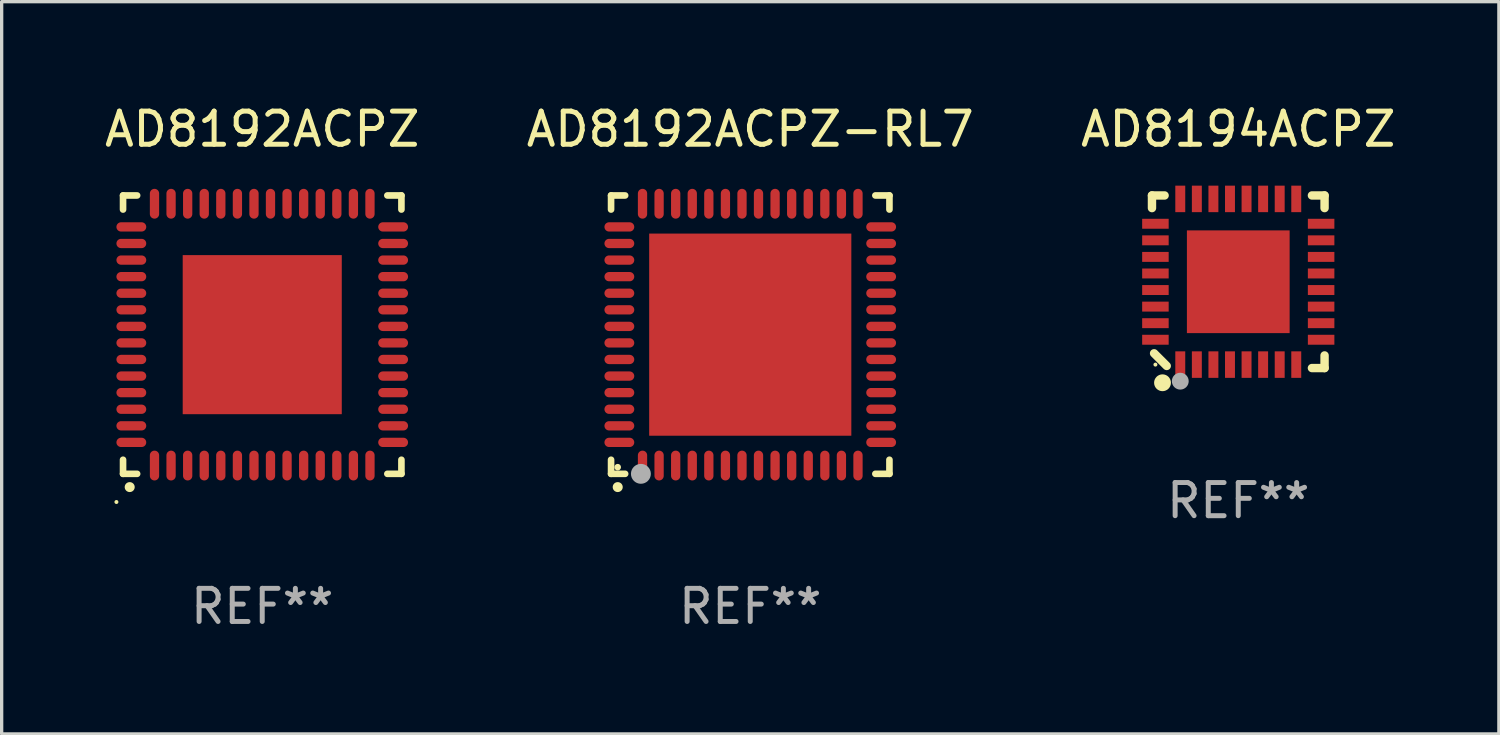
<source format=kicad_pcb>
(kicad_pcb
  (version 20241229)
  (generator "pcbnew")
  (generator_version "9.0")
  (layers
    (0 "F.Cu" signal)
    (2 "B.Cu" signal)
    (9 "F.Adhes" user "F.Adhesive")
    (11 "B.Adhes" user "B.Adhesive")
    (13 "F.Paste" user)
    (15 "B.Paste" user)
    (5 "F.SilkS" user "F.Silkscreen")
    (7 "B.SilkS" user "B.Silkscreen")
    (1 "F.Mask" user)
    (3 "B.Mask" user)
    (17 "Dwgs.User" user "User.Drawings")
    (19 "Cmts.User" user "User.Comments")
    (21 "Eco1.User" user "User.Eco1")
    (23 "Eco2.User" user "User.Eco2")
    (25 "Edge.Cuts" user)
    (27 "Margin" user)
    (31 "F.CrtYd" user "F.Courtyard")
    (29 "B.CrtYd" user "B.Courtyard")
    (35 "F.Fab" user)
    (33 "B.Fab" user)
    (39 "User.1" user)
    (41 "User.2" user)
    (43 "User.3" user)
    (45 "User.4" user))
  (footprint "AD8192ACPZ-RL7"
    (layer "F.Cu")
    (at 19.589 7.048)
    (property "Reference" "AD8192ACPZ-RL7" (at 0 -6.2 0) (layer "F.SilkS") (effects (font (size 1 1) (thickness 0.15))))
    (attr through_hole)
    (fp_line (start -4.2 -4.2) (end -4.2 -3.775) (stroke (width 0.2) (type solid)) (layer "F.SilkS"))
    (fp_line (start -4.2 4.2) (end -4.2 3.775) (stroke (width 0.2) (type solid)) (layer "F.SilkS"))
    (fp_line (start -3.775 -4.2) (end -4.2 -4.2) (stroke (width 0.2) (type solid)) (layer "F.SilkS"))
    (fp_line (start -3.775 4.2) (end -4.2 4.2) (stroke (width 0.2) (type solid)) (layer "F.SilkS"))
    (fp_line (start 3.775 4.2) (end 4.2 4.2) (stroke (width 0.2) (type solid)) (layer "F.SilkS"))
    (fp_line (start 4.2 -4.2) (end 3.775 -4.2) (stroke (width 0.2) (type solid)) (layer "F.SilkS"))
    (fp_line (start 4.2 -3.775) (end 4.2 -4.2) (stroke (width 0.2) (type solid)) (layer "F.SilkS"))
    (fp_line (start 4.2 4.2) (end 4.2 3.775) (stroke (width 0.2) (type solid)) (layer "F.SilkS"))
    (fp_arc (start -4.000508 4.599949) (mid -3.999238 4.599944) (end -3.997968 4.599949) (stroke (width 0.3) (type solid)) (layer "F.SilkS"))
    (fp_circle (center -4 4) (end -3.95 4) (stroke (width 0.1) (type solid)) (fill no) (layer "F.SilkS"))
    (fp_circle (center -3.3 4.2) (end -3.15 4.2) (stroke (width 0.3) (type solid)) (fill no) (layer "F.Fab"))
    (fp_text user "REF**" (at 0 8.2 0) (layer "F.Fab") (effects (font (size 1 1) (thickness 0.15))))
    (pad "1" smd oval (at -3.251 3.95 180) (size 0.28 0.9) (layers "F.Cu" "F.Mask" "F.Paste"))
    (pad "2" smd oval (at -2.751 3.95 180) (size 0.28 0.9) (layers "F.Cu" "F.Mask" "F.Paste"))
    (pad "3" smd oval (at -2.25 3.95 180) (size 0.28 0.9) (layers "F.Cu" "F.Mask" "F.Paste"))
    (pad "4" smd oval (at -1.75 3.95 180) (size 0.28 0.9) (layers "F.Cu" "F.Mask" "F.Paste"))
    (pad "5" smd oval (at -1.25 3.95 180) (size 0.28 0.9) (layers "F.Cu" "F.Mask" "F.Paste"))
    (pad "6" smd oval (at -0.749 3.95 180) (size 0.28 0.9) (layers "F.Cu" "F.Mask" "F.Paste"))
    (pad "7" smd oval (at -0.249 3.95 180) (size 0.28 0.9) (layers "F.Cu" "F.Mask" "F.Paste"))
    (pad "8" smd oval (at 0.249 3.95 180) (size 0.28 0.9) (layers "F.Cu" "F.Mask" "F.Paste"))
    (pad "9" smd oval (at 0.749 3.95 180) (size 0.28 0.9) (layers "F.Cu" "F.Mask" "F.Paste"))
    (pad "10" smd oval (at 1.25 3.95 180) (size 0.28 0.9) (layers "F.Cu" "F.Mask" "F.Paste"))
    (pad "11" smd oval (at 1.75 3.95 180) (size 0.28 0.9) (layers "F.Cu" "F.Mask" "F.Paste"))
    (pad "12" smd oval (at 2.251 3.95 180) (size 0.28 0.9) (layers "F.Cu" "F.Mask" "F.Paste"))
    (pad "13" smd oval (at 2.751 3.95 180) (size 0.28 0.9) (layers "F.Cu" "F.Mask" "F.Paste"))
    (pad "14" smd oval (at 3.251 3.95 180) (size 0.28 0.9) (layers "F.Cu" "F.Mask" "F.Paste"))
    (pad "15" smd oval (at 3.95 3.251 90) (size 0.28 0.9) (layers "F.Cu" "F.Mask" "F.Paste"))
    (pad "16" smd oval (at 3.95 2.751 90) (size 0.28 0.9) (layers "F.Cu" "F.Mask" "F.Paste"))
    (pad "17" smd oval (at 3.95 2.251 90) (size 0.28 0.9) (layers "F.Cu" "F.Mask" "F.Paste"))
    (pad "18" smd oval (at 3.95 1.75 90) (size 0.28 0.9) (layers "F.Cu" "F.Mask" "F.Paste"))
    (pad "19" smd oval (at 3.95 1.25 90) (size 0.28 0.9) (layers "F.Cu" "F.Mask" "F.Paste"))
    (pad "20" smd oval (at 3.95 0.749 90) (size 0.28 0.9) (layers "F.Cu" "F.Mask" "F.Paste"))
    (pad "21" smd oval (at 3.95 0.249 90) (size 0.28 0.9) (layers "F.Cu" "F.Mask" "F.Paste"))
    (pad "22" smd oval (at 3.95 -0.249 90) (size 0.28 0.9) (layers "F.Cu" "F.Mask" "F.Paste"))
    (pad "23" smd oval (at 3.95 -0.749 90) (size 0.28 0.9) (layers "F.Cu" "F.Mask" "F.Paste"))
    (pad "24" smd oval (at 3.95 -1.25 90) (size 0.28 0.9) (layers "F.Cu" "F.Mask" "F.Paste"))
    (pad "25" smd oval (at 3.95 -1.75 90) (size 0.28 0.9) (layers "F.Cu" "F.Mask" "F.Paste"))
    (pad "26" smd oval (at 3.95 -2.25 90) (size 0.28 0.9) (layers "F.Cu" "F.Mask" "F.Paste"))
    (pad "27" smd oval (at 3.95 -2.751 90) (size 0.28 0.9) (layers "F.Cu" "F.Mask" "F.Paste"))
    (pad "28" smd oval (at 3.95 -3.251 90) (size 0.28 0.9) (layers "F.Cu" "F.Mask" "F.Paste"))
    (pad "29" smd oval (at 3.251 -3.95 180) (size 0.28 0.9) (layers "F.Cu" "F.Mask" "F.Paste"))
    (pad "30" smd oval (at 2.751 -3.95 180) (size 0.28 0.9) (layers "F.Cu" "F.Mask" "F.Paste"))
    (pad "31" smd oval (at 2.251 -3.95 180) (size 0.28 0.9) (layers "F.Cu" "F.Mask" "F.Paste"))
    (pad "32" smd oval (at 1.75 -3.95 180) (size 0.28 0.9) (layers "F.Cu" "F.Mask" "F.Paste"))
    (pad "33" smd oval (at 1.25 -3.95 180) (size 0.28 0.9) (layers "F.Cu" "F.Mask" "F.Paste"))
    (pad "34" smd oval (at 0.749 -3.95 180) (size 0.28 0.9) (layers "F.Cu" "F.Mask" "F.Paste"))
    (pad "35" smd oval (at 0.249 -3.95 180) (size 0.28 0.9) (layers "F.Cu" "F.Mask" "F.Paste"))
    (pad "36" smd oval (at -0.249 -3.95 180) (size 0.28 0.9) (layers "F.Cu" "F.Mask" "F.Paste"))
    (pad "37" smd oval (at -0.749 -3.95 180) (size 0.28 0.9) (layers "F.Cu" "F.Mask" "F.Paste"))
    (pad "38" smd oval (at -1.25 -3.95 180) (size 0.28 0.9) (layers "F.Cu" "F.Mask" "F.Paste"))
    (pad "39" smd oval (at -1.75 -3.95 180) (size 0.28 0.9) (layers "F.Cu" "F.Mask" "F.Paste"))
    (pad "40" smd oval (at -2.25 -3.95 180) (size 0.28 0.9) (layers "F.Cu" "F.Mask" "F.Paste"))
    (pad "41" smd oval (at -2.751 -3.95 180) (size 0.28 0.9) (layers "F.Cu" "F.Mask" "F.Paste"))
    (pad "42" smd oval (at -3.251 -3.95 180) (size 0.28 0.9) (layers "F.Cu" "F.Mask" "F.Paste"))
    (pad "43" smd oval (at -3.95 -3.251 90) (size 0.28 0.9) (layers "F.Cu" "F.Mask" "F.Paste"))
    (pad "44" smd oval (at -3.95 -2.751 90) (size 0.28 0.9) (layers "F.Cu" "F.Mask" "F.Paste"))
    (pad "45" smd oval (at -3.95 -2.25 90) (size 0.28 0.9) (layers "F.Cu" "F.Mask" "F.Paste"))
    (pad "46" smd oval (at -3.95 -1.75 90) (size 0.28 0.9) (layers "F.Cu" "F.Mask" "F.Paste"))
    (pad "47" smd oval (at -3.95 -1.25 90) (size 0.28 0.9) (layers "F.Cu" "F.Mask" "F.Paste"))
    (pad "48" smd oval (at -3.95 -0.749 90) (size 0.28 0.9) (layers "F.Cu" "F.Mask" "F.Paste"))
    (pad "49" smd oval (at -3.95 -0.249 90) (size 0.28 0.9) (layers "F.Cu" "F.Mask" "F.Paste"))
    (pad "50" smd oval (at -3.95 0.249 90) (size 0.28 0.9) (layers "F.Cu" "F.Mask" "F.Paste"))
    (pad "51" smd oval (at -3.95 0.749 90) (size 0.28 0.9) (layers "F.Cu" "F.Mask" "F.Paste"))
    (pad "52" smd oval (at -3.95 1.25 90) (size 0.28 0.9) (layers "F.Cu" "F.Mask" "F.Paste"))
    (pad "53" smd oval (at -3.95 1.75 90) (size 0.28 0.9) (layers "F.Cu" "F.Mask" "F.Paste"))
    (pad "54" smd oval (at -3.95 2.251 90) (size 0.28 0.9) (layers "F.Cu" "F.Mask" "F.Paste"))
    (pad "55" smd oval (at -3.95 2.751 90) (size 0.28 0.9) (layers "F.Cu" "F.Mask" "F.Paste"))
    (pad "56" smd oval (at -3.95 3.251 90) (size 0.28 0.9) (layers "F.Cu" "F.Mask" "F.Paste"))
    (pad "57" smd rect (at 0.000076 0.000076 90) (size 6.1 6.1) (layers "F.Cu" "F.Mask" "F.Paste")))
  (footprint "AD8192ACPZ"
    (layer "F.Cu")
    (at 4.863 7.048)
    (property "Reference" "AD8192ACPZ" (at 0 -6.2 0) (layer "F.SilkS") (effects (font (size 1 1) (thickness 0.15))))
    (attr through_hole)
    (fp_line (start -4.2 -4.2) (end -4.2 -3.775) (stroke (width 0.2) (type solid)) (layer "F.SilkS"))
    (fp_line (start -4.2 4.2) (end -4.2 3.775) (stroke (width 0.2) (type solid)) (layer "F.SilkS"))
    (fp_line (start -3.775 -4.2) (end -4.2 -4.2) (stroke (width 0.2) (type solid)) (layer "F.SilkS"))
    (fp_line (start -3.775 4.2) (end -4.2 4.2) (stroke (width 0.2) (type solid)) (layer "F.SilkS"))
    (fp_line (start 3.775 4.2) (end 4.2 4.2) (stroke (width 0.2) (type solid)) (layer "F.SilkS"))
    (fp_line (start 4.2 -4.2) (end 3.775 -4.2) (stroke (width 0.2) (type solid)) (layer "F.SilkS"))
    (fp_line (start 4.2 -3.775) (end 4.2 -4.2) (stroke (width 0.2) (type solid)) (layer "F.SilkS"))
    (fp_line (start 4.2 4.2) (end 4.2 3.775) (stroke (width 0.2) (type solid)) (layer "F.SilkS"))
    (fp_arc (start -4.000508 4.599949) (mid -3.999238 4.599944) (end -3.997968 4.599949) (stroke (width 0.3) (type solid)) (layer "F.SilkS"))
    (fp_circle (center -4.4 5.05) (end -4.37 5.05) (stroke (width 0.06) (type solid)) (fill no) (layer "F.SilkS"))
    (fp_text user "REF**" (at 0 8.2 0) (layer "F.Fab") (effects (font (size 1 1) (thickness 0.15))))
    (pad "1" smd oval (at -3.251 3.95 180) (size 0.28 0.9) (layers "F.Cu" "F.Mask" "F.Paste"))
    (pad "2" smd oval (at -2.751 3.95 180) (size 0.28 0.9) (layers "F.Cu" "F.Mask" "F.Paste"))
    (pad "3" smd oval (at -2.25 3.95 180) (size 0.28 0.9) (layers "F.Cu" "F.Mask" "F.Paste"))
    (pad "4" smd oval (at -1.75 3.95 180) (size 0.28 0.9) (layers "F.Cu" "F.Mask" "F.Paste"))
    (pad "5" smd oval (at -1.25 3.95 180) (size 0.28 0.9) (layers "F.Cu" "F.Mask" "F.Paste"))
    (pad "6" smd oval (at -0.749 3.95 180) (size 0.28 0.9) (layers "F.Cu" "F.Mask" "F.Paste"))
    (pad "7" smd oval (at -0.249 3.95 180) (size 0.28 0.9) (layers "F.Cu" "F.Mask" "F.Paste"))
    (pad "8" smd oval (at 0.249 3.95 180) (size 0.28 0.9) (layers "F.Cu" "F.Mask" "F.Paste"))
    (pad "9" smd oval (at 0.749 3.95 180) (size 0.28 0.9) (layers "F.Cu" "F.Mask" "F.Paste"))
    (pad "10" smd oval (at 1.25 3.95 180) (size 0.28 0.9) (layers "F.Cu" "F.Mask" "F.Paste"))
    (pad "11" smd oval (at 1.75 3.95 180) (size 0.28 0.9) (layers "F.Cu" "F.Mask" "F.Paste"))
    (pad "12" smd oval (at 2.251 3.95 180) (size 0.28 0.9) (layers "F.Cu" "F.Mask" "F.Paste"))
    (pad "13" smd oval (at 2.751 3.95 180) (size 0.28 0.9) (layers "F.Cu" "F.Mask" "F.Paste"))
    (pad "14" smd oval (at 3.251 3.95 180) (size 0.28 0.9) (layers "F.Cu" "F.Mask" "F.Paste"))
    (pad "15" smd oval (at 3.95 3.251 90) (size 0.28 0.9) (layers "F.Cu" "F.Mask" "F.Paste"))
    (pad "16" smd oval (at 3.95 2.751 90) (size 0.28 0.9) (layers "F.Cu" "F.Mask" "F.Paste"))
    (pad "17" smd oval (at 3.95 2.251 90) (size 0.28 0.9) (layers "F.Cu" "F.Mask" "F.Paste"))
    (pad "18" smd oval (at 3.95 1.75 90) (size 0.28 0.9) (layers "F.Cu" "F.Mask" "F.Paste"))
    (pad "19" smd oval (at 3.95 1.25 90) (size 0.28 0.9) (layers "F.Cu" "F.Mask" "F.Paste"))
    (pad "20" smd oval (at 3.95 0.749 90) (size 0.28 0.9) (layers "F.Cu" "F.Mask" "F.Paste"))
    (pad "21" smd oval (at 3.95 0.249 90) (size 0.28 0.9) (layers "F.Cu" "F.Mask" "F.Paste"))
    (pad "22" smd oval (at 3.95 -0.249 90) (size 0.28 0.9) (layers "F.Cu" "F.Mask" "F.Paste"))
    (pad "23" smd oval (at 3.95 -0.749 90) (size 0.28 0.9) (layers "F.Cu" "F.Mask" "F.Paste"))
    (pad "24" smd oval (at 3.95 -1.25 90) (size 0.28 0.9) (layers "F.Cu" "F.Mask" "F.Paste"))
    (pad "25" smd oval (at 3.95 -1.75 90) (size 0.28 0.9) (layers "F.Cu" "F.Mask" "F.Paste"))
    (pad "26" smd oval (at 3.95 -2.25 90) (size 0.28 0.9) (layers "F.Cu" "F.Mask" "F.Paste"))
    (pad "27" smd oval (at 3.95 -2.751 90) (size 0.28 0.9) (layers "F.Cu" "F.Mask" "F.Paste"))
    (pad "28" smd oval (at 3.95 -3.251 90) (size 0.28 0.9) (layers "F.Cu" "F.Mask" "F.Paste"))
    (pad "29" smd oval (at 3.251 -3.95 180) (size 0.28 0.9) (layers "F.Cu" "F.Mask" "F.Paste"))
    (pad "30" smd oval (at 2.751 -3.95 180) (size 0.28 0.9) (layers "F.Cu" "F.Mask" "F.Paste"))
    (pad "31" smd oval (at 2.251 -3.95 180) (size 0.28 0.9) (layers "F.Cu" "F.Mask" "F.Paste"))
    (pad "32" smd oval (at 1.75 -3.95 180) (size 0.28 0.9) (layers "F.Cu" "F.Mask" "F.Paste"))
    (pad "33" smd oval (at 1.25 -3.95 180) (size 0.28 0.9) (layers "F.Cu" "F.Mask" "F.Paste"))
    (pad "34" smd oval (at 0.749 -3.95 180) (size 0.28 0.9) (layers "F.Cu" "F.Mask" "F.Paste"))
    (pad "35" smd oval (at 0.249 -3.95 180) (size 0.28 0.9) (layers "F.Cu" "F.Mask" "F.Paste"))
    (pad "36" smd oval (at -0.249 -3.95 180) (size 0.28 0.9) (layers "F.Cu" "F.Mask" "F.Paste"))
    (pad "37" smd oval (at -0.749 -3.95 180) (size 0.28 0.9) (layers "F.Cu" "F.Mask" "F.Paste"))
    (pad "38" smd oval (at -1.25 -3.95 180) (size 0.28 0.9) (layers "F.Cu" "F.Mask" "F.Paste"))
    (pad "39" smd oval (at -1.75 -3.95 180) (size 0.28 0.9) (layers "F.Cu" "F.Mask" "F.Paste"))
    (pad "40" smd oval (at -2.25 -3.95 180) (size 0.28 0.9) (layers "F.Cu" "F.Mask" "F.Paste"))
    (pad "41" smd oval (at -2.751 -3.95 180) (size 0.28 0.9) (layers "F.Cu" "F.Mask" "F.Paste"))
    (pad "42" smd oval (at -3.251 -3.95 180) (size 0.28 0.9) (layers "F.Cu" "F.Mask" "F.Paste"))
    (pad "43" smd oval (at -3.95 -3.251 90) (size 0.28 0.9) (layers "F.Cu" "F.Mask" "F.Paste"))
    (pad "44" smd oval (at -3.95 -2.751 90) (size 0.28 0.9) (layers "F.Cu" "F.Mask" "F.Paste"))
    (pad "45" smd oval (at -3.95 -2.25 90) (size 0.28 0.9) (layers "F.Cu" "F.Mask" "F.Paste"))
    (pad "46" smd oval (at -3.95 -1.75 90) (size 0.28 0.9) (layers "F.Cu" "F.Mask" "F.Paste"))
    (pad "47" smd oval (at -3.95 -1.25 90) (size 0.28 0.9) (layers "F.Cu" "F.Mask" "F.Paste"))
    (pad "48" smd oval (at -3.95 -0.749 90) (size 0.28 0.9) (layers "F.Cu" "F.Mask" "F.Paste"))
    (pad "49" smd oval (at -3.95 -0.249 90) (size 0.28 0.9) (layers "F.Cu" "F.Mask" "F.Paste"))
    (pad "50" smd oval (at -3.95 0.249 90) (size 0.28 0.9) (layers "F.Cu" "F.Mask" "F.Paste"))
    (pad "51" smd oval (at -3.95 0.749 90) (size 0.28 0.9) (layers "F.Cu" "F.Mask" "F.Paste"))
    (pad "52" smd oval (at -3.95 1.25 90) (size 0.28 0.9) (layers "F.Cu" "F.Mask" "F.Paste"))
    (pad "53" smd oval (at -3.95 1.75 90) (size 0.28 0.9) (layers "F.Cu" "F.Mask" "F.Paste"))
    (pad "54" smd oval (at -3.95 2.251 90) (size 0.28 0.9) (layers "F.Cu" "F.Mask" "F.Paste"))
    (pad "55" smd oval (at -3.95 2.751 90) (size 0.28 0.9) (layers "F.Cu" "F.Mask" "F.Paste"))
    (pad "56" smd oval (at -3.95 3.251 90) (size 0.28 0.9) (layers "F.Cu" "F.Mask" "F.Paste"))
    (pad "57" smd rect (at 0.000076 0.000076 90) (size 4.8 4.8) (layers "F.Cu" "F.Mask" "F.Paste")))
  (footprint "AD8194ACPZ"
    (layer "F.Cu")
    (at 34.315 5.452)
    (property "Reference" "AD8194ACPZ" (at 0 -4.604 0) (layer "F.SilkS") (effects (font (size 1 1) (thickness 0.15))))
    (attr through_hole)
    (fp_line (start -2.604 -2.604) (end -2.604 -2.223) (stroke (width 0.254) (type solid)) (layer "F.SilkS"))
    (fp_line (start -2.54 2.159) (end -2.159 2.54) (stroke (width 0.254) (type solid)) (layer "F.SilkS"))
    (fp_line (start -2.223 -2.604) (end -2.604 -2.604) (stroke (width 0.254) (type solid)) (layer "F.SilkS"))
    (fp_line (start 2.223 2.604) (end 2.604 2.604) (stroke (width 0.254) (type solid)) (layer "F.SilkS"))
    (fp_line (start 2.604 -2.604) (end 2.223 -2.604) (stroke (width 0.254) (type solid)) (layer "F.SilkS"))
    (fp_line (start 2.604 -2.223) (end 2.604 -2.604) (stroke (width 0.254) (type solid)) (layer "F.SilkS"))
    (fp_line (start 2.604 2.604) (end 2.604 2.223) (stroke (width 0.254) (type solid)) (layer "F.SilkS"))
    (fp_circle (center -2.5 2.5) (end -2.47 2.5) (stroke (width 0.06) (type solid)) (fill no) (layer "F.SilkS"))
    (fp_circle (center -2.286 3.048) (end -2.159 3.048) (stroke (width 0.254) (type solid)) (fill no) (layer "F.SilkS"))
    (fp_circle (center -1.75 3) (end -1.623 3) (stroke (width 0.254) (type solid)) (fill no) (layer "F.Fab"))
    (fp_text user "REF**" (at 0 6.604 0) (layer "F.Fab") (effects (font (size 1 1) (thickness 0.15))))
    (pad "1" smd rect (at -1.75 2.5) (size 0.3 0.8) (layers "F.Cu" "F.Mask" "F.Paste"))
    (pad "2" smd rect (at -1.25 2.5) (size 0.3 0.8) (layers "F.Cu" "F.Mask" "F.Paste"))
    (pad "3" smd rect (at -0.75 2.5) (size 0.3 0.8) (layers "F.Cu" "F.Mask" "F.Paste"))
    (pad "4" smd rect (at -0.25 2.5) (size 0.3 0.8) (layers "F.Cu" "F.Mask" "F.Paste"))
    (pad "5" smd rect (at 0.25 2.5) (size 0.3 0.8) (layers "F.Cu" "F.Mask" "F.Paste"))
    (pad "6" smd rect (at 0.75 2.5) (size 0.3 0.8) (layers "F.Cu" "F.Mask" "F.Paste"))
    (pad "7" smd rect (at 1.25 2.5) (size 0.3 0.8) (layers "F.Cu" "F.Mask" "F.Paste"))
    (pad "8" smd rect (at 1.75 2.5) (size 0.3 0.8) (layers "F.Cu" "F.Mask" "F.Paste"))
    (pad "9" smd rect (at 2.5 1.75) (size 0.8 0.3) (layers "F.Cu" "F.Mask" "F.Paste"))
    (pad "10" smd rect (at 2.5 1.25) (size 0.8 0.3) (layers "F.Cu" "F.Mask" "F.Paste"))
    (pad "11" smd rect (at 2.5 0.75) (size 0.8 0.3) (layers "F.Cu" "F.Mask" "F.Paste"))
    (pad "12" smd rect (at 2.5 0.25) (size 0.8 0.3) (layers "F.Cu" "F.Mask" "F.Paste"))
    (pad "13" smd rect (at 2.5 -0.25) (size 0.8 0.3) (layers "F.Cu" "F.Mask" "F.Paste"))
    (pad "14" smd rect (at 2.5 -0.75) (size 0.8 0.3) (layers "F.Cu" "F.Mask" "F.Paste"))
    (pad "15" smd rect (at 2.5 -1.25) (size 0.8 0.3) (layers "F.Cu" "F.Mask" "F.Paste"))
    (pad "16" smd rect (at 2.5 -1.75) (size 0.8 0.3) (layers "F.Cu" "F.Mask" "F.Paste"))
    (pad "17" smd rect (at 1.75 -2.5) (size 0.3 0.8) (layers "F.Cu" "F.Mask" "F.Paste"))
    (pad "18" smd rect (at 1.25 -2.5) (size 0.3 0.8) (layers "F.Cu" "F.Mask" "F.Paste"))
    (pad "19" smd rect (at 0.75 -2.5) (size 0.3 0.8) (layers "F.Cu" "F.Mask" "F.Paste"))
    (pad "20" smd rect (at 0.25 -2.5) (size 0.3 0.8) (layers "F.Cu" "F.Mask" "F.Paste"))
    (pad "21" smd rect (at -0.25 -2.5) (size 0.3 0.8) (layers "F.Cu" "F.Mask" "F.Paste"))
    (pad "22" smd rect (at -0.75 -2.5) (size 0.3 0.8) (layers "F.Cu" "F.Mask" "F.Paste"))
    (pad "23" smd rect (at -1.25 -2.5) (size 0.3 0.8) (layers "F.Cu" "F.Mask" "F.Paste"))
    (pad "24" smd rect (at -1.75 -2.5) (size 0.3 0.8) (layers "F.Cu" "F.Mask" "F.Paste"))
    (pad "25" smd rect (at -2.5 -1.75) (size 0.8 0.3) (layers "F.Cu" "F.Mask" "F.Paste"))
    (pad "26" smd rect (at -2.5 -1.25) (size 0.8 0.3) (layers "F.Cu" "F.Mask" "F.Paste"))
    (pad "27" smd rect (at -2.5 -0.75) (size 0.8 0.3) (layers "F.Cu" "F.Mask" "F.Paste"))
    (pad "28" smd rect (at -2.5 -0.25) (size 0.8 0.3) (layers "F.Cu" "F.Mask" "F.Paste"))
    (pad "29" smd rect (at -2.5 0.25) (size 0.8 0.3) (layers "F.Cu" "F.Mask" "F.Paste"))
    (pad "30" smd rect (at -2.5 0.75) (size 0.8 0.3) (layers "F.Cu" "F.Mask" "F.Paste"))
    (pad "31" smd rect (at -2.5 1.25) (size 0.8 0.3) (layers "F.Cu" "F.Mask" "F.Paste"))
    (pad "32" smd rect (at -2.5 1.75) (size 0.8 0.3) (layers "F.Cu" "F.Mask" "F.Paste"))
    (pad "33" smd rect (at 0 -0.000025) (size 3.1 3.1) (layers "F.Cu" "F.Mask" "F.Paste")))
  (gr_rect
    (start -3 -3)
    (end 42.179 19.096)
    (stroke (width 0.1) (type default))
    (fill no)
    (layer "Edge.Cuts")))
</source>
